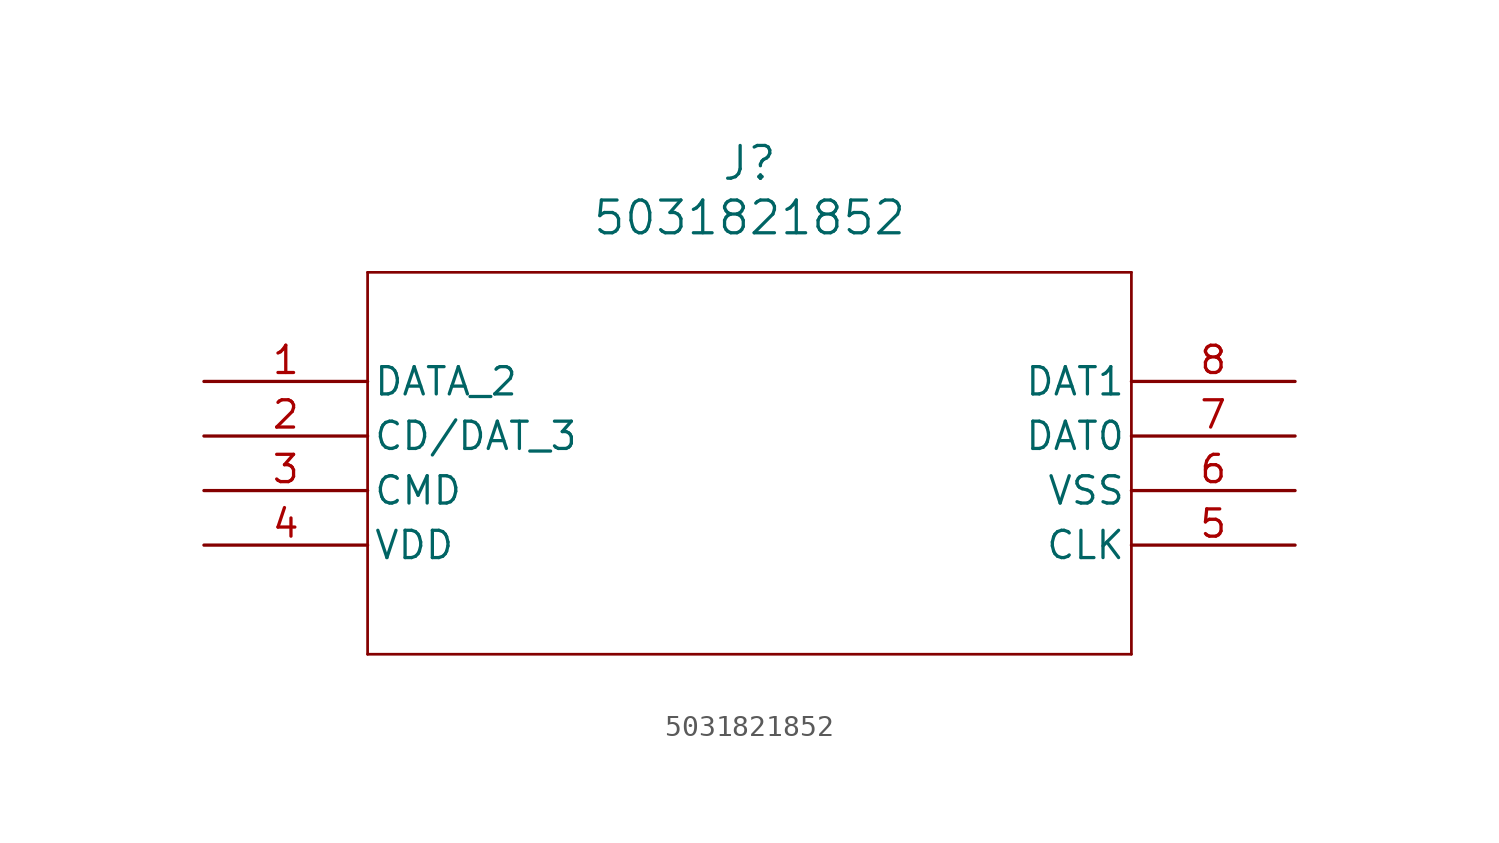
<source format=kicad_sym>
(kicad_symbol_lib
  (version 20211014)
  (generator kicad_symbol_editor)
  (symbol "5031821852"
    (pin_names
      (offset 0.254))
    (property "Reference" "J"
      (at 25.4 10.16 0)
      (effects (font (size 1.524 1.524))))
    (property "Value" "5031821852"
      (at 25.4 7.62 0)
      (effects (font (size 1.524 1.524))))
    (symbol "5031821852_0_1"
      (polyline (pts (xy 7.62 5.08) (xy 7.62 -12.7)) (stroke (width 0.127) (type default) (color 0 0 0 0)) (fill (type none)))
      (polyline (pts (xy 7.62 -12.7) (xy 43.18 -12.7)) (stroke (width 0.127) (type default) (color 0 0 0 0)) (fill (type none)))
      (polyline (pts (xy 43.18 -12.7) (xy 43.18 5.08)) (stroke (width 0.127) (type default) (color 0 0 0 0)) (fill (type none)))
      (polyline (pts (xy 43.18 5.08) (xy 7.62 5.08)) (stroke (width 0.127) (type default) (color 0 0 0 0)) (fill (type none)))
      (pin bidirectional line (at 0 0 0) (length 7.62) (name "DATA_2" (effects (font (size 1.27 1.27)))) (number "1" (effects (font (size 1.27 1.27)))))
      (pin bidirectional line (at 0 -2.54 0) (length 7.62) (name "CD/DAT_3" (effects (font (size 1.27 1.27)))) (number "2" (effects (font (size 1.27 1.27)))))
      (pin unspecified line (at 0 -5.08 0) (length 7.62) (name "CMD" (effects (font (size 1.27 1.27)))) (number "3" (effects (font (size 1.27 1.27)))))
      (pin power_in line (at 0 -7.62 0) (length 7.62) (name "VDD" (effects (font (size 1.27 1.27)))) (number "4" (effects (font (size 1.27 1.27)))))
      (pin unspecified line (at 50.8 -7.62 180) (length 7.62) (name "CLK" (effects (font (size 1.27 1.27)))) (number "5" (effects (font (size 1.27 1.27)))))
      (pin power_out line (at 50.8 -5.08 180) (length 7.62) (name "VSS" (effects (font (size 1.27 1.27)))) (number "6" (effects (font (size 1.27 1.27)))))
      (pin bidirectional line (at 50.8 -2.54 180) (length 7.62) (name "DAT0" (effects (font (size 1.27 1.27)))) (number "7" (effects (font (size 1.27 1.27)))))
      (pin bidirectional line (at 50.8 0 180) (length 7.62) (name "DAT1" (effects (font (size 1.27 1.27)))) (number "8" (effects (font (size 1.27 1.27))))))))
</source>
